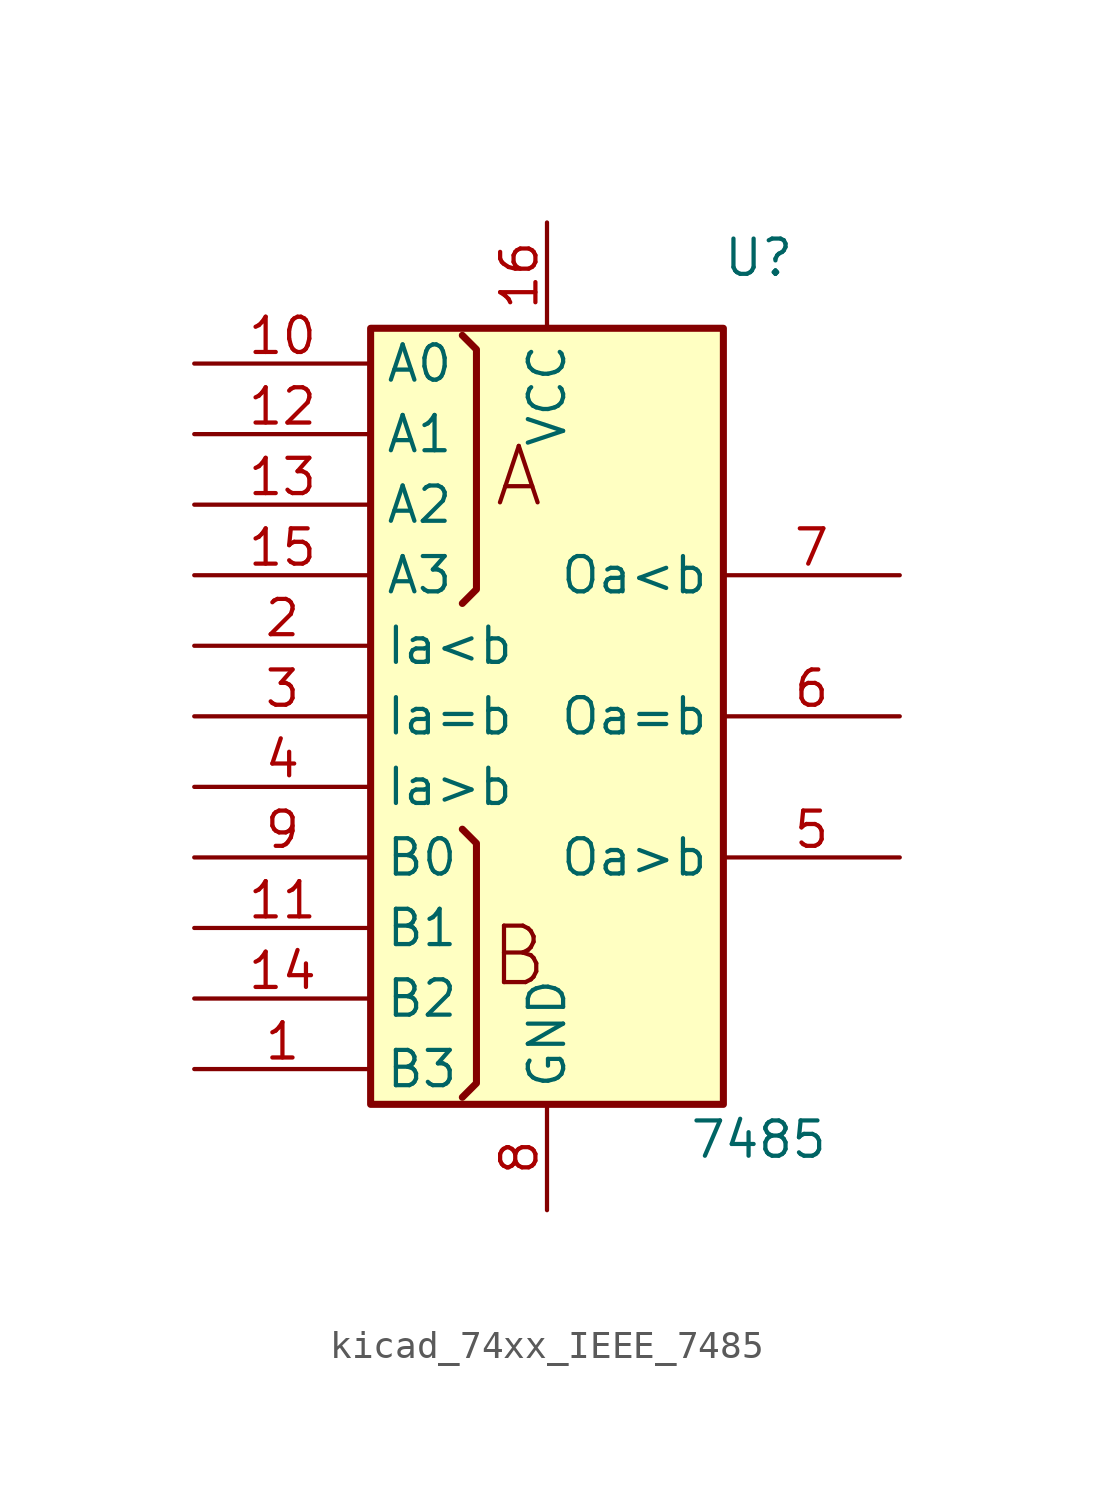
<source format=kicad_sym>
(kicad_symbol_lib
  (version 20220914)
  (generator kicad_symbol_editor)
  (symbol "kicad_74xx_IEEE_7485"
    (property "Reference" "U"
      (at 7.62 16.51 0)
      (effects (font (size 1.27 1.27))))
    (property "Value" "7485"
      (at 7.62 -15.24 0)
      (effects (font (size 1.27 1.27))))
    (symbol "kicad_74xx_IEEE_7485_0_0"
      (rectangle (start -6.35 13.97) (end 6.35 -13.97) (stroke (width 0.254) (type default)) (fill (type background)))
      (polyline (pts (xy -3.048 -13.716) (xy -2.54 -13.208) (xy -2.54 -4.572) (xy -3.048 -4.064) (xy -3.048 -4.064)) (stroke (width 0.254) (type default)) (fill (type background)))
      (polyline (pts (xy -3.048 13.716) (xy -2.54 13.208) (xy -2.54 4.572) (xy -3.048 4.064) (xy -3.048 4.064)) (stroke (width 0.254) (type default)) (fill (type background)))
      (text "A" (at -1.016 8.636 0) (effects (font (size 2.032 2.032))))
      (text "B" (at -1.016 -8.636 0) (effects (font (size 2.032 2.032))))
      (pin power_in line (at 0 17.78 270) (length 3.81) (name "VCC" (effects (font (size 1.27 1.27)))) (number "16" (effects (font (size 1.27 1.27)))))
      (pin power_in line (at 0 -17.78 90) (length 3.81) (name "GND" (effects (font (size 1.27 1.27)))) (number "8" (effects (font (size 1.27 1.27))))))
    (symbol "kicad_74xx_IEEE_7485_1_1"
      (pin input line (at -12.7 -12.7 0) (length 6.35) (name "B3" (effects (font (size 1.27 1.27)))) (number "1" (effects (font (size 1.27 1.27)))))
      (pin input line (at -12.7 12.7 0) (length 6.35) (name "A0" (effects (font (size 1.27 1.27)))) (number "10" (effects (font (size 1.27 1.27)))))
      (pin input line (at -12.7 -7.62 0) (length 6.35) (name "B1" (effects (font (size 1.27 1.27)))) (number "11" (effects (font (size 1.27 1.27)))))
      (pin input line (at -12.7 10.16 0) (length 6.35) (name "A1" (effects (font (size 1.27 1.27)))) (number "12" (effects (font (size 1.27 1.27)))))
      (pin input line (at -12.7 7.62 0) (length 6.35) (name "A2" (effects (font (size 1.27 1.27)))) (number "13" (effects (font (size 1.27 1.27)))))
      (pin input line (at -12.7 -10.16 0) (length 6.35) (name "B2" (effects (font (size 1.27 1.27)))) (number "14" (effects (font (size 1.27 1.27)))))
      (pin input line (at -12.7 5.08 0) (length 6.35) (name "A3" (effects (font (size 1.27 1.27)))) (number "15" (effects (font (size 1.27 1.27)))))
      (pin input line (at -12.7 2.54 0) (length 6.35) (name "Ia<b" (effects (font (size 1.27 1.27)))) (number "2" (effects (font (size 1.27 1.27)))))
      (pin input line (at -12.7 0 0) (length 6.35) (name "Ia=b" (effects (font (size 1.27 1.27)))) (number "3" (effects (font (size 1.27 1.27)))))
      (pin input line (at -12.7 -2.54 0) (length 6.35) (name "Ia>b" (effects (font (size 1.27 1.27)))) (number "4" (effects (font (size 1.27 1.27)))))
      (pin output line (at 12.7 -5.08 180) (length 6.35) (name "Oa>b" (effects (font (size 1.27 1.27)))) (number "5" (effects (font (size 1.27 1.27)))))
      (pin output line (at 12.7 0 180) (length 6.35) (name "Oa=b" (effects (font (size 1.27 1.27)))) (number "6" (effects (font (size 1.27 1.27)))))
      (pin output line (at 12.7 5.08 180) (length 6.35) (name "Oa<b" (effects (font (size 1.27 1.27)))) (number "7" (effects (font (size 1.27 1.27)))))
      (pin input line (at -12.7 -5.08 0) (length 6.35) (name "B0" (effects (font (size 1.27 1.27)))) (number "9" (effects (font (size 1.27 1.27))))))))
</source>
